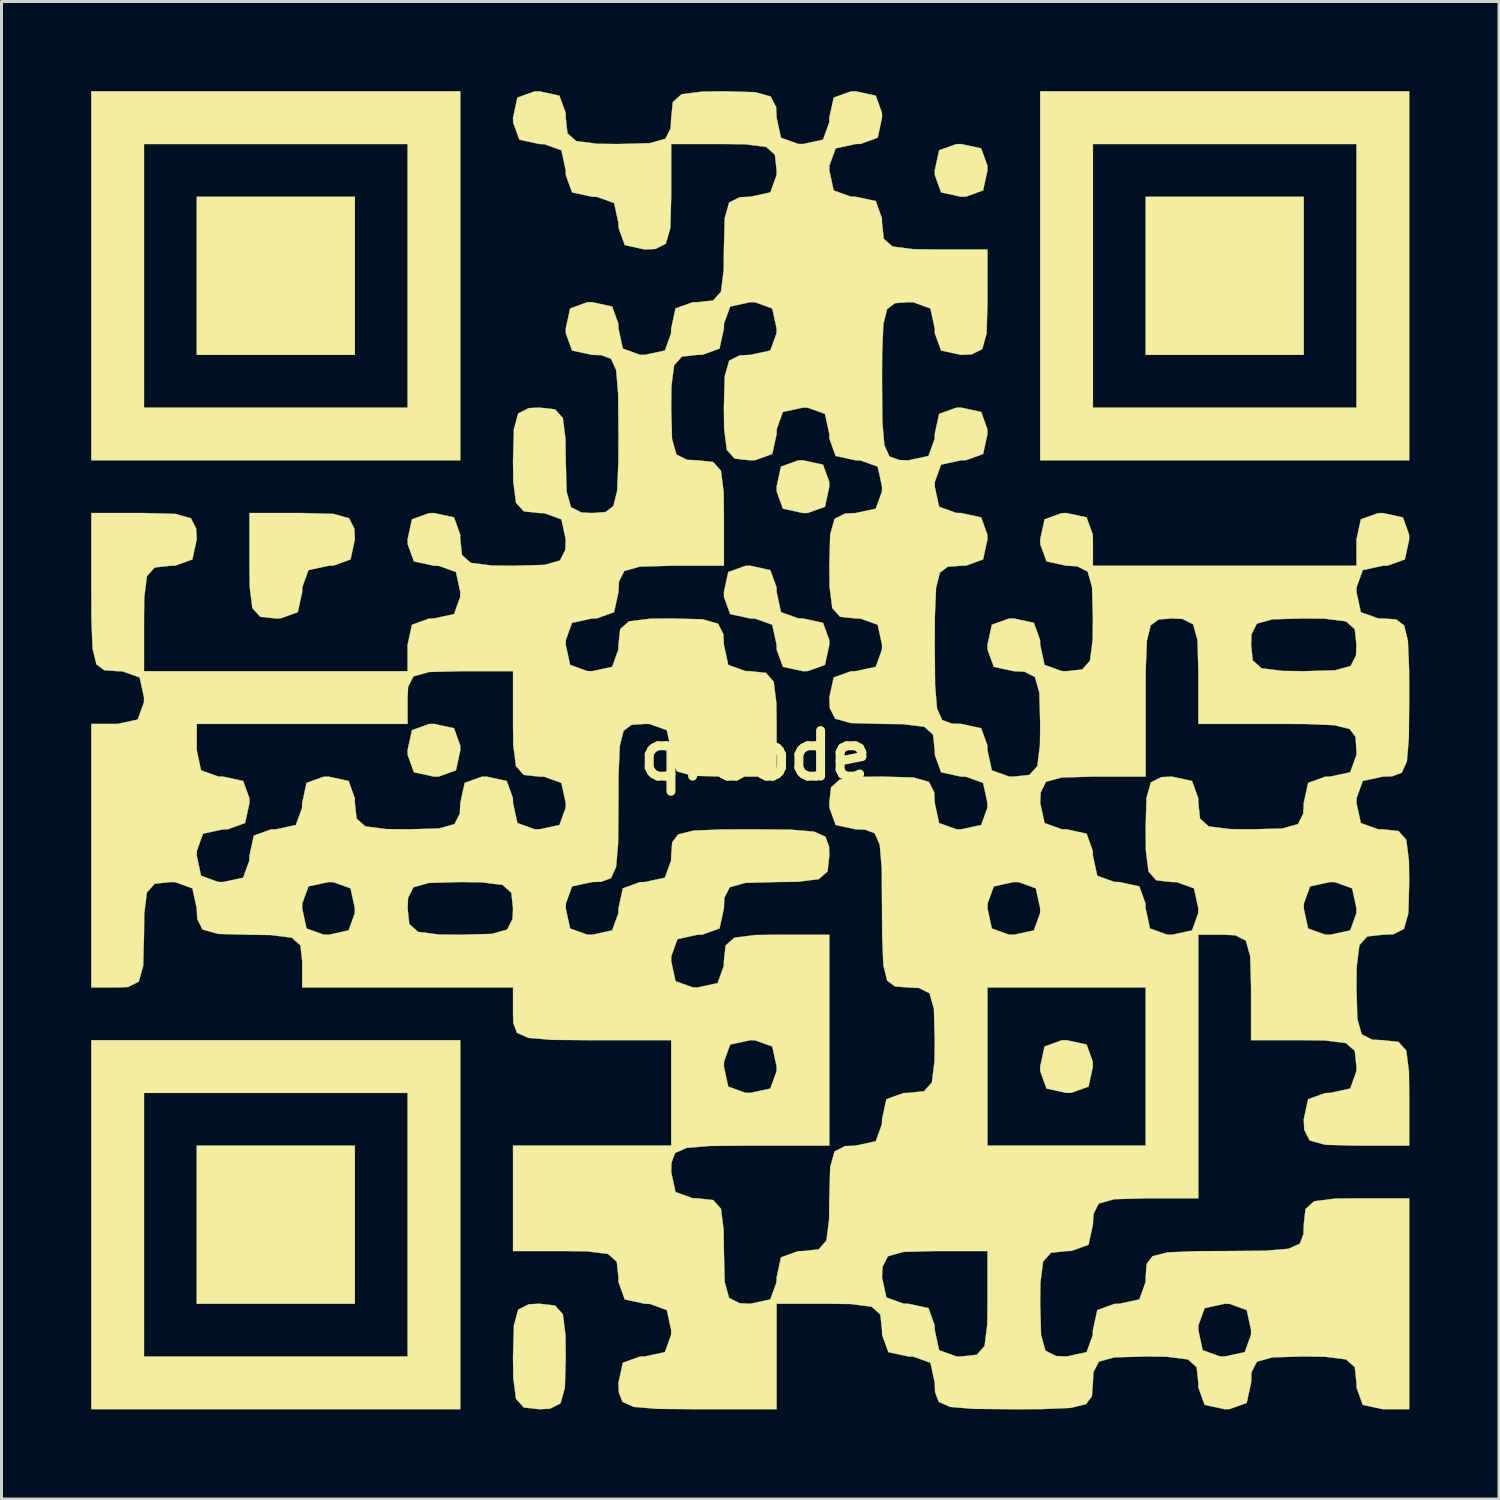
<source format=kicad_pcb>
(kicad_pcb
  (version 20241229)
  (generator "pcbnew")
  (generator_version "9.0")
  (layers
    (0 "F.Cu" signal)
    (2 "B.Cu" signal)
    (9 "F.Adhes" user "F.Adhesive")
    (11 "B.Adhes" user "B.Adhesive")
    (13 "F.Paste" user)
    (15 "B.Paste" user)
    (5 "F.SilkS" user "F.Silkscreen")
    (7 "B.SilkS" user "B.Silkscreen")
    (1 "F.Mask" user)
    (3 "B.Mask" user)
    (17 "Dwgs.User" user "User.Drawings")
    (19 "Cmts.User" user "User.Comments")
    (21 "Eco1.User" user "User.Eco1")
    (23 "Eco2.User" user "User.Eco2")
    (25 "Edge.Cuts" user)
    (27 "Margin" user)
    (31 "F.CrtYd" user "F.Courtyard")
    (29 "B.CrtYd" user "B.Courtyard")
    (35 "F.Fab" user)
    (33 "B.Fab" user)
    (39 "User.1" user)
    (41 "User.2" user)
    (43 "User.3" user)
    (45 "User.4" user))
  (footprint "qrcode"
    (layer "F.Cu")
    (at 22.23 22.23)
    (property "Reference" "qrcode" (at 0 0 0) (layer "F.SilkS") (effects (font (size 1.524 1.524) (thickness 0.3))))
    (attr through_hole)
    (fp_poly (pts (xy -13.406 -13.406) (xy -18.697 -13.406) (xy -18.697 -18.697) (xy -13.406 -18.697) (xy -13.406 -13.406)) (stroke (width 0.01) (type solid)) (fill yes) (layer "F.SilkS"))
    (fp_poly (pts (xy -13.406 18.344) (xy -18.697 18.344) (xy -18.697 13.053) (xy -13.406 13.053) (xy -13.406 18.344)) (stroke (width 0.01) (type solid)) (fill yes) (layer "F.SilkS"))
    (fp_poly (pts (xy 18.344 -13.406) (xy 13.053 -13.406) (xy 13.053 -18.697) (xy 18.344 -18.697) (xy 18.344 -13.406)) (stroke (width 0.01) (type solid)) (fill yes) (layer "F.SilkS"))
    (fp_poly (pts (xy -9.878 -9.878) (xy -22.225 -9.878) (xy -22.225 -20.461) (xy -20.461 -20.461) (xy -20.461 -11.642) (xy -11.642 -11.642) (xy -11.642 -20.461) (xy -20.461 -20.461) (xy -22.225 -20.461) (xy -22.225 -22.225) (xy -9.878 -22.225) (xy -9.878 -9.878)) (stroke (width 0.01) (type solid)) (fill yes) (layer "F.SilkS"))
    (fp_poly (pts (xy -9.878 21.872) (xy -22.225 21.872) (xy -22.225 11.289) (xy -20.461 11.289) (xy -20.461 20.108) (xy -11.642 20.108) (xy -11.642 11.289) (xy -20.461 11.289) (xy -22.225 11.289) (xy -22.225 9.525) (xy -9.878 9.525) (xy -9.878 21.872)) (stroke (width 0.01) (type solid)) (fill yes) (layer "F.SilkS"))
    (fp_poly (pts (xy 21.872 -9.878) (xy 9.525 -9.878) (xy 9.525 -20.461) (xy 11.289 -20.461) (xy 11.289 -11.642) (xy 20.108 -11.642) (xy 20.108 -20.461) (xy 11.289 -20.461) (xy 9.525 -20.461) (xy 9.525 -22.225) (xy 21.872 -22.225) (xy 21.872 -9.878)) (stroke (width 0.01) (type solid)) (fill yes) (layer "F.SilkS"))
    (fp_poly (pts (xy -10.088 -0.913) (xy -9.882 -0.339) (xy -9.878 -0.176) (xy -10.023 0.495) (xy -10.597 0.702) (xy -10.76 0.706) (xy -11.431 0.56) (xy -11.638 -0.014) (xy -11.642 -0.176) (xy -11.496 -0.848) (xy -10.922 -1.055) (xy -10.76 -1.058) (xy -10.088 -0.913)) (stroke (width 0.01) (type solid)) (fill yes) (layer "F.SilkS"))
    (fp_poly (pts (xy 2.259 -9.732) (xy 2.466 -9.158) (xy 2.469 -8.996) (xy 2.324 -8.324) (xy 1.75 -8.118) (xy 1.587 -8.114) (xy 0.916 -8.26) (xy 0.709 -8.833) (xy 0.706 -8.996) (xy 0.851 -9.667) (xy 1.425 -9.874) (xy 1.587 -9.878) (xy 2.259 -9.732)) (stroke (width 0.01) (type solid)) (fill yes) (layer "F.SilkS"))
    (fp_poly (pts (xy 7.551 -20.315) (xy 7.757 -19.742) (xy 7.761 -19.579) (xy 7.615 -18.908) (xy 7.042 -18.701) (xy 6.879 -18.697) (xy 6.208 -18.843) (xy 6.001 -19.417) (xy 5.997 -19.579) (xy 6.143 -20.251) (xy 6.717 -20.457) (xy 6.879 -20.461) (xy 7.551 -20.315)) (stroke (width 0.01) (type solid)) (fill yes) (layer "F.SilkS"))
    (fp_poly (pts (xy 11.078 9.671) (xy 11.285 10.244) (xy 11.289 10.407) (xy 11.143 11.078) (xy 10.569 11.285) (xy 10.407 11.289) (xy 9.736 11.143) (xy 9.529 10.569) (xy 9.525 10.407) (xy 9.671 9.736) (xy 10.244 9.529) (xy 10.407 9.525) (xy 11.078 9.671)) (stroke (width 0.01) (type solid)) (fill yes) (layer "F.SilkS"))
    (fp_poly (pts (xy -6.709 18.402) (xy -6.447 18.693) (xy -6.358 19.4) (xy -6.35 20.108) (xy -6.379 21.155) (xy -6.525 21.677) (xy -6.878 21.856) (xy -7.232 21.872) (xy -7.755 21.815) (xy -8.016 21.523) (xy -8.106 20.816) (xy -8.114 20.108) (xy -8.085 19.061) (xy -7.939 18.539) (xy -7.586 18.361) (xy -7.232 18.344) (xy -6.709 18.402)) (stroke (width 0.01) (type solid)) (fill yes) (layer "F.SilkS"))
    (fp_poly (pts (xy -14.123 -8.085) (xy -13.6 -7.939) (xy -13.422 -7.586) (xy -13.406 -7.232) (xy -13.551 -6.561) (xy -14.125 -6.354) (xy -14.287 -6.35) (xy -14.959 -6.204) (xy -15.166 -5.631) (xy -15.169 -5.468) (xy -15.315 -4.797) (xy -15.889 -4.59) (xy -16.051 -4.586) (xy -16.575 -4.643) (xy -16.836 -4.935) (xy -16.925 -5.642) (xy -16.933 -6.35) (xy -16.933 -8.114) (xy -15.169 -8.114) (xy -14.123 -8.085)) (stroke (width 0.01) (type solid)) (fill yes) (layer "F.SilkS"))
    (fp_poly (pts (xy 0.495 -6.204) (xy 0.702 -5.631) (xy 0.706 -5.468) (xy 0.851 -4.797) (xy 1.425 -4.59) (xy 1.587 -4.586) (xy 2.259 -4.44) (xy 2.466 -3.867) (xy 2.469 -3.704) (xy 2.324 -3.033) (xy 1.75 -2.826) (xy 1.587 -2.822) (xy 0.916 -2.968) (xy 0.709 -3.542) (xy 0.706 -3.704) (xy 0.56 -4.376) (xy -0.014 -4.582) (xy -0.176 -4.586) (xy -0.848 -4.732) (xy -1.055 -5.306) (xy -1.058 -5.468) (xy -0.913 -6.139) (xy -0.339 -6.346) (xy -0.176 -6.35) (xy 0.495 -6.204)) (stroke (width 0.01) (type solid)) (fill yes) (layer "F.SilkS"))
    (fp_poly (pts (xy 4.023 -22.079) (xy 4.23 -21.506) (xy 4.233 -21.343) (xy 4.088 -20.672) (xy 3.514 -20.465) (xy 3.351 -20.461) (xy 2.68 -20.315) (xy 2.473 -19.742) (xy 2.469 -19.579) (xy 2.615 -18.908) (xy 3.189 -18.701) (xy 3.351 -18.697) (xy 4.023 -18.552) (xy 4.23 -17.978) (xy 4.233 -17.815) (xy 4.291 -17.292) (xy 4.582 -17.031) (xy 5.289 -16.942) (xy 5.997 -16.933) (xy 7.761 -16.933) (xy 7.761 -15.169) (xy 7.733 -14.123) (xy 7.587 -13.6) (xy 7.233 -13.422) (xy 6.879 -13.406) (xy 6.208 -13.551) (xy 6.001 -14.125) (xy 5.997 -14.287) (xy 5.852 -14.959) (xy 5.278 -15.166) (xy 5.115 -15.169) (xy 4.667 -15.136) (xy 4.404 -14.938) (xy 4.277 -14.427) (xy 4.237 -13.453) (xy 4.233 -12.524) (xy 4.244 -11.178) (xy 4.31 -10.389) (xy 4.481 -10.008) (xy 4.806 -9.888) (xy 5.115 -9.878) (xy 5.787 -10.023) (xy 5.993 -10.597) (xy 5.997 -10.76) (xy 6.143 -11.431) (xy 6.717 -11.638) (xy 6.879 -11.642) (xy 7.551 -11.496) (xy 7.757 -10.922) (xy 7.761 -10.76) (xy 7.615 -10.088) (xy 7.042 -9.882) (xy 6.879 -9.878) (xy 6.208 -9.732) (xy 6.001 -9.158) (xy 5.997 -8.996) (xy 6.143 -8.324) (xy 6.717 -8.118) (xy 6.879 -8.114) (xy 7.551 -7.968) (xy 7.757 -7.394) (xy 7.761 -7.232) (xy 7.615 -6.561) (xy 7.042 -6.354) (xy 6.879 -6.35) (xy 6.431 -6.317) (xy 6.168 -6.119) (xy 6.041 -5.607) (xy 6 -4.633) (xy 5.997 -3.704) (xy 6.008 -2.358) (xy 6.074 -1.57) (xy 6.245 -1.189) (xy 6.569 -1.068) (xy 6.879 -1.058) (xy 7.551 -0.913) (xy 7.757 -0.339) (xy 7.761 -0.176) (xy 7.907 0.495) (xy 8.481 0.702) (xy 8.643 0.706) (xy 9.166 0.648) (xy 9.428 0.357) (xy 9.517 -0.35) (xy 9.525 -1.058) (xy 9.496 -2.105) (xy 9.35 -2.627) (xy 8.997 -2.806) (xy 8.643 -2.822) (xy 7.972 -2.968) (xy 7.765 -3.542) (xy 7.761 -3.704) (xy 7.907 -4.376) (xy 8.481 -4.582) (xy 8.643 -4.586) (xy 9.314 -4.44) (xy 9.521 -3.867) (xy 9.525 -3.704) (xy 9.671 -3.033) (xy 10.244 -2.826) (xy 10.407 -2.822) (xy 10.93 -2.879) (xy 11.191 -3.171) (xy 11.281 -3.878) (xy 11.289 -4.586) (xy 11.26 -5.633) (xy 11.114 -6.155) (xy 10.761 -6.333) (xy 10.407 -6.35) (xy 9.736 -6.496) (xy 9.529 -7.069) (xy 9.525 -7.232) (xy 9.671 -7.903) (xy 10.244 -8.11) (xy 10.407 -8.114) (xy 11.078 -7.968) (xy 11.285 -7.394) (xy 11.289 -7.232) (xy 11.289 -6.35) (xy 20.108 -6.35) (xy 20.108 -7.232) (xy 20.254 -7.903) (xy 20.828 -8.11) (xy 20.99 -8.114) (xy 21.662 -7.968) (xy 21.868 -7.394) (xy 21.872 -7.232) (xy 21.727 -6.561) (xy 21.153 -6.354) (xy 20.99 -6.35) (xy 20.319 -6.204) (xy 20.112 -5.631) (xy 20.108 -5.468) (xy 20.254 -4.797) (xy 20.828 -4.59) (xy 20.99 -4.586) (xy 21.439 -4.553) (xy 21.702 -4.355) (xy 21.829 -3.843) (xy 21.869 -2.87) (xy 21.872 -1.94) (xy 21.861 -0.594) (xy 21.795 0.194) (xy 21.625 0.575) (xy 21.3 0.696) (xy 20.99 0.706) (xy 20.319 0.851) (xy 20.112 1.425) (xy 20.108 1.587) (xy 20.254 2.259) (xy 20.828 2.466) (xy 20.99 2.469) (xy 21.514 2.527) (xy 21.775 2.818) (xy 21.864 3.525) (xy 21.872 4.233) (xy 21.844 5.28) (xy 21.698 5.802) (xy 21.344 5.981) (xy 20.99 5.997) (xy 20.467 6.054) (xy 20.206 6.346) (xy 20.117 7.053) (xy 20.108 7.761) (xy 20.137 8.808) (xy 20.283 9.33) (xy 20.636 9.508) (xy 20.99 9.525) (xy 21.514 9.582) (xy 21.775 9.874) (xy 21.864 10.581) (xy 21.872 11.289) (xy 21.872 13.053) (xy 20.108 13.053) (xy 19.061 13.024) (xy 18.539 12.878) (xy 18.361 12.525) (xy 18.344 12.171) (xy 18.49 11.499) (xy 19.064 11.293) (xy 19.226 11.289) (xy 19.898 11.143) (xy 20.105 10.569) (xy 20.108 10.407) (xy 20.051 9.884) (xy 19.759 9.622) (xy 19.052 9.533) (xy 18.344 9.525) (xy 16.581 9.525) (xy 16.581 7.761) (xy 16.552 6.714) (xy 16.406 6.192) (xy 16.053 6.014) (xy 15.699 5.997) (xy 14.817 5.997) (xy 14.817 14.817) (xy 13.053 14.817) (xy 12.006 14.845) (xy 11.484 14.991) (xy 11.306 15.345) (xy 11.289 15.699) (xy 11.143 16.37) (xy 10.569 16.577) (xy 10.407 16.581) (xy 9.884 16.638) (xy 9.622 16.93) (xy 9.533 17.637) (xy 9.525 18.344) (xy 9.554 19.391) (xy 9.7 19.914) (xy 10.053 20.092) (xy 10.407 20.108) (xy 11.078 19.963) (xy 11.285 19.389) (xy 11.289 19.226) (xy 14.817 19.226) (xy 14.962 19.898) (xy 15.536 20.105) (xy 15.699 20.108) (xy 16.37 19.963) (xy 16.577 19.389) (xy 16.581 19.226) (xy 16.435 18.555) (xy 15.861 18.348) (xy 15.699 18.344) (xy 15.027 18.49) (xy 14.82 19.064) (xy 14.817 19.226) (xy 11.289 19.226) (xy 11.435 18.555) (xy 12.008 18.348) (xy 12.171 18.344) (xy 12.842 18.199) (xy 13.049 17.625) (xy 13.053 17.462) (xy 13.086 17.014) (xy 13.284 16.751) (xy 13.795 16.624) (xy 14.769 16.584) (xy 15.699 16.581) (xy 17.044 16.57) (xy 17.833 16.504) (xy 18.214 16.333) (xy 18.335 16.008) (xy 18.344 15.699) (xy 18.402 15.175) (xy 18.693 14.914) (xy 19.4 14.825) (xy 20.108 14.817) (xy 21.872 14.817) (xy 21.872 21.872) (xy 20.99 21.872) (xy 20.319 21.727) (xy 20.112 21.153) (xy 20.108 20.99) (xy 20.051 20.467) (xy 19.759 20.206) (xy 19.052 20.117) (xy 18.344 20.108) (xy 17.298 20.137) (xy 16.775 20.283) (xy 16.597 20.636) (xy 16.581 20.99) (xy 16.435 21.662) (xy 15.861 21.868) (xy 15.699 21.872) (xy 15.027 21.727) (xy 14.82 21.153) (xy 14.817 20.99) (xy 14.759 20.467) (xy 14.468 20.206) (xy 13.761 20.117) (xy 13.053 20.108) (xy 12.006 20.137) (xy 11.484 20.283) (xy 11.306 20.636) (xy 11.289 20.99) (xy 11.256 21.439) (xy 11.058 21.702) (xy 10.546 21.829) (xy 9.572 21.869) (xy 8.643 21.872) (xy 7.297 21.861) (xy 6.508 21.795) (xy 6.128 21.625) (xy 6.007 21.3) (xy 5.997 20.99) (xy 5.852 20.319) (xy 5.278 20.112) (xy 5.115 20.108) (xy 4.444 19.963) (xy 4.237 19.389) (xy 4.233 19.226) (xy 4.176 18.703) (xy 3.884 18.442) (xy 3.177 18.353) (xy 2.469 18.344) (xy 0.706 18.344) (xy 0.706 21.872) (xy -1.94 21.872) (xy -3.286 21.861) (xy -4.075 21.795) (xy -4.455 21.625) (xy -4.576 21.3) (xy -4.586 20.99) (xy -4.44 20.319) (xy -3.867 20.112) (xy -3.704 20.108) (xy -3.033 19.963) (xy -2.826 19.389) (xy -2.822 19.226) (xy -2.968 18.555) (xy -3.542 18.348) (xy -3.704 18.344) (xy -4.376 18.199) (xy -4.582 17.625) (xy -4.586 17.462) (xy -4.643 16.939) (xy -4.935 16.678) (xy -5.642 16.589) (xy -6.35 16.581) (xy -8.114 16.581) (xy -8.114 13.053) (xy -2.822 13.053) (xy -2.822 10.407) (xy -1.058 10.407) (xy -0.913 11.078) (xy -0.339 11.285) (xy -0.176 11.289) (xy 0.495 11.143) (xy 0.702 10.569) (xy 0.706 10.407) (xy 0.56 9.736) (xy -0.014 9.529) (xy -0.176 9.525) (xy -0.848 9.671) (xy -1.055 10.244) (xy -1.058 10.407) (xy -2.822 10.407) (xy -2.822 9.525) (xy -5.468 9.525) (xy -6.814 9.514) (xy -7.603 9.448) (xy -7.983 9.277) (xy -8.104 8.953) (xy -8.114 8.643) (xy -8.114 7.761) (xy -15.169 7.761) (xy -15.169 6.879) (xy -15.227 6.356) (xy -15.518 6.095) (xy -16.225 6.006) (xy -16.933 5.997) (xy -17.98 5.969) (xy -18.502 5.823) (xy -18.681 5.469) (xy -18.697 5.115) (xy -15.169 5.115) (xy -15.024 5.787) (xy -14.45 5.993) (xy -14.287 5.997) (xy -13.616 5.852) (xy -13.409 5.278) (xy -13.406 5.115) (xy -11.642 5.115) (xy -11.584 5.639) (xy -11.293 5.9) (xy -10.586 5.989) (xy -9.878 5.997) (xy -8.831 5.969) (xy -8.309 5.823) (xy -8.131 5.469) (xy -8.114 5.115) (xy -8.171 4.592) (xy -8.463 4.331) (xy -9.17 4.242) (xy -9.878 4.233) (xy -10.925 4.262) (xy -11.447 4.408) (xy -11.625 4.761) (xy -11.642 5.115) (xy -13.406 5.115) (xy -13.551 4.444) (xy -14.125 4.237) (xy -14.287 4.233) (xy -14.959 4.379) (xy -15.166 4.953) (xy -15.169 5.115) (xy -18.697 5.115) (xy -18.843 4.444) (xy -19.417 4.237) (xy -19.579 4.233) (xy -20.103 4.291) (xy -20.364 4.582) (xy -20.453 5.289) (xy -20.461 5.997) (xy -20.49 7.044) (xy -20.636 7.566) (xy -20.989 7.744) (xy -21.343 7.761) (xy -22.225 7.761) (xy -22.225 -1.058) (xy -21.343 -1.058) (xy -18.697 -1.058) (xy -18.697 -0.176) (xy -18.552 0.495) (xy -17.978 0.702) (xy -17.815 0.706) (xy -17.144 0.851) (xy -16.937 1.425) (xy -16.933 1.587) (xy -17.079 2.259) (xy -17.653 2.466) (xy -17.815 2.469) (xy -18.487 2.615) (xy -18.693 3.189) (xy -18.697 3.351) (xy -18.552 4.023) (xy -17.978 4.23) (xy -17.815 4.233) (xy -17.144 4.088) (xy -16.937 3.514) (xy -16.933 3.351) (xy -16.788 2.68) (xy -16.214 2.473) (xy -16.051 2.469) (xy -15.38 2.324) (xy -15.173 1.75) (xy -15.169 1.587) (xy -15.024 0.916) (xy -14.45 0.709) (xy -14.287 0.706) (xy -13.616 0.851) (xy -13.409 1.425) (xy -13.406 1.587) (xy -13.348 2.111) (xy -13.057 2.372) (xy -12.35 2.461) (xy -11.642 2.469) (xy -10.595 2.441) (xy -10.073 2.295) (xy -9.894 1.941) (xy -9.878 1.587) (xy -9.732 0.916) (xy -9.158 0.709) (xy -8.996 0.706) (xy -8.324 0.851) (xy -8.118 1.425) (xy -8.114 1.587) (xy -7.968 2.259) (xy -7.394 2.466) (xy -7.232 2.469) (xy -6.561 2.324) (xy -6.354 1.75) (xy -6.35 1.587) (xy -6.496 0.916) (xy -7.069 0.709) (xy -7.232 0.706) (xy -7.755 0.648) (xy -8.016 0.357) (xy -8.106 -0.35) (xy -8.114 -1.058) (xy -8.114 -2.822) (xy -9.878 -2.822) (xy -10.925 -2.794) (xy -11.447 -2.648) (xy -11.625 -2.294) (xy -11.642 -1.94) (xy -11.642 -1.058) (xy -18.697 -1.058) (xy -21.343 -1.058) (xy -20.672 -1.204) (xy -20.465 -1.778) (xy -20.461 -1.94) (xy -20.607 -2.612) (xy -21.181 -2.818) (xy -21.343 -2.822) (xy -21.792 -2.855) (xy -22.055 -3.053) (xy -22.181 -3.565) (xy -22.222 -4.539) (xy -22.225 -5.468) (xy -22.225 -8.114) (xy -20.461 -8.114) (xy -19.414 -8.085) (xy -18.892 -7.939) (xy -18.714 -7.586) (xy -18.697 -7.232) (xy -18.843 -6.561) (xy -19.417 -6.354) (xy -19.579 -6.35) (xy -20.103 -6.293) (xy -20.364 -6.001) (xy -20.453 -5.294) (xy -20.461 -4.586) (xy -20.461 -2.822) (xy -11.642 -2.822) (xy -11.642 -3.704) (xy -6.35 -3.704) (xy -6.204 -3.033) (xy -5.631 -2.826) (xy -5.468 -2.822) (xy -4.797 -2.968) (xy -4.59 -3.542) (xy -4.586 -3.704) (xy -4.529 -4.228) (xy -4.237 -4.489) (xy -3.53 -4.578) (xy -2.822 -4.586) (xy -1.775 -4.558) (xy -1.253 -4.412) (xy -1.075 -4.058) (xy -1.058 -3.704) (xy -0.913 -3.033) (xy -0.339 -2.826) (xy -0.176 -2.822) (xy 0.347 -2.765) (xy 0.608 -2.473) (xy 0.697 -1.766) (xy 0.706 -1.058) (xy 0.706 0.706) (xy -1.058 0.706) (xy -2.105 0.677) (xy -2.627 0.531) (xy -2.806 0.178) (xy -2.822 -0.176) (xy -2.968 -0.848) (xy -3.542 -1.055) (xy -3.704 -1.058) (xy -4.153 -1.025) (xy -4.416 -0.827) (xy -4.543 -0.316) (xy -4.583 0.658) (xy -4.586 1.587) (xy -4.597 2.933) (xy -4.663 3.722) (xy -4.834 4.103) (xy -5.158 4.224) (xy -5.468 4.233) (xy -6.139 4.379) (xy -6.346 4.953) (xy -6.35 5.115) (xy -6.204 5.787) (xy -5.631 5.993) (xy -5.468 5.997) (xy -4.797 5.852) (xy -4.59 5.278) (xy -4.586 5.115) (xy -4.44 4.444) (xy -3.867 4.237) (xy -3.704 4.233) (xy -3.033 4.088) (xy -2.826 3.514) (xy -2.822 3.351) (xy -2.789 2.903) (xy -2.591 2.64) (xy -2.08 2.513) (xy -1.106 2.473) (xy -0.176 2.469) (xy 1.169 2.48) (xy 1.958 2.546) (xy 2.339 2.717) (xy 2.46 3.042) (xy 2.469 3.351) (xy 2.412 3.875) (xy 2.12 4.136) (xy 1.413 4.225) (xy 0.706 4.233) (xy -0.341 4.262) (xy -0.864 4.408) (xy -1.042 4.761) (xy -1.058 5.115) (xy -1.204 5.787) (xy -1.778 5.993) (xy -1.94 5.997) (xy -2.612 6.143) (xy -2.818 6.717) (xy -2.822 6.879) (xy -2.677 7.551) (xy -2.103 7.757) (xy -1.94 7.761) (xy -1.269 7.615) (xy -1.062 7.042) (xy -1.058 6.879) (xy -1.001 6.356) (xy -0.709 6.095) (xy -0.002 6.006) (xy 0.706 5.997) (xy 2.469 5.997) (xy 2.469 13.053) (xy -0.176 13.053) (xy -1.522 13.064) (xy -2.311 13.13) (xy -2.692 13.3) (xy -2.812 13.625) (xy -2.822 13.935) (xy -2.677 14.606) (xy -2.103 14.813) (xy -1.94 14.817) (xy -1.417 14.874) (xy -1.156 15.166) (xy -1.067 15.873) (xy -1.058 16.581) (xy -1.03 17.627) (xy -0.884 18.15) (xy -0.53 18.328) (xy -0.176 18.344) (xy 0.495 18.199) (xy 0.702 17.625) (xy 0.706 17.462) (xy 4.233 17.462) (xy 4.379 18.134) (xy 4.953 18.341) (xy 5.115 18.344) (xy 5.787 18.49) (xy 5.993 19.064) (xy 5.997 19.226) (xy 6.143 19.898) (xy 6.717 20.105) (xy 6.879 20.108) (xy 7.403 20.051) (xy 7.664 19.759) (xy 7.753 19.052) (xy 7.761 18.344) (xy 7.761 16.581) (xy 5.997 16.581) (xy 4.95 16.609) (xy 4.428 16.755) (xy 4.25 17.109) (xy 4.233 17.462) (xy 0.706 17.462) (xy 0.851 16.791) (xy 1.425 16.584) (xy 1.587 16.581) (xy 2.111 16.523) (xy 2.372 16.232) (xy 2.461 15.525) (xy 2.469 14.817) (xy 2.498 13.77) (xy 2.644 13.248) (xy 2.997 13.069) (xy 3.351 13.053) (xy 4.023 12.907) (xy 4.23 12.333) (xy 4.233 12.171) (xy 4.379 11.499) (xy 4.953 11.293) (xy 5.115 11.289) (xy 5.639 11.232) (xy 5.9 10.94) (xy 5.989 10.233) (xy 5.997 9.525) (xy 5.969 8.478) (xy 5.823 7.956) (xy 5.469 7.778) (xy 5.115 7.761) (xy 7.761 7.761) (xy 7.761 13.053) (xy 13.053 13.053) (xy 13.053 7.761) (xy 7.761 7.761) (xy 5.115 7.761) (xy 4.667 7.728) (xy 4.404 7.53) (xy 4.277 7.018) (xy 4.237 6.045) (xy 4.233 5.115) (xy 7.761 5.115) (xy 7.907 5.787) (xy 8.481 5.993) (xy 8.643 5.997) (xy 9.314 5.852) (xy 9.521 5.278) (xy 9.525 5.115) (xy 9.379 4.444) (xy 8.806 4.237) (xy 8.643 4.233) (xy 7.972 4.379) (xy 7.765 4.953) (xy 7.761 5.115) (xy 4.233 5.115) (xy 4.222 3.769) (xy 4.156 2.981) (xy 3.986 2.6) (xy 3.661 2.479) (xy 3.351 2.469) (xy 2.68 2.324) (xy 2.473 1.75) (xy 2.469 1.587) (xy 2.527 1.064) (xy 2.818 0.803) (xy 3.525 0.714) (xy 4.233 0.706) (xy 5.28 0.734) (xy 5.802 0.88) (xy 5.981 1.234) (xy 5.997 1.587) (xy 6.143 2.259) (xy 6.717 2.466) (xy 6.879 2.469) (xy 7.551 2.324) (xy 7.757 1.75) (xy 7.761 1.587) (xy 9.525 1.587) (xy 9.671 2.259) (xy 10.244 2.466) (xy 10.407 2.469) (xy 11.078 2.615) (xy 11.285 3.189) (xy 11.289 3.351) (xy 11.435 4.023) (xy 12.008 4.23) (xy 12.171 4.233) (xy 12.842 4.379) (xy 13.049 4.953) (xy 13.053 5.115) (xy 13.198 5.787) (xy 13.772 5.993) (xy 13.935 5.997) (xy 14.606 5.852) (xy 14.813 5.278) (xy 14.817 5.115) (xy 18.344 5.115) (xy 18.49 5.787) (xy 19.064 5.993) (xy 19.226 5.997) (xy 19.898 5.852) (xy 20.105 5.278) (xy 20.108 5.115) (xy 19.963 4.444) (xy 19.389 4.237) (xy 19.226 4.233) (xy 18.555 4.379) (xy 18.348 4.953) (xy 18.344 5.115) (xy 14.817 5.115) (xy 14.671 4.444) (xy 14.097 4.237) (xy 13.935 4.233) (xy 13.411 4.176) (xy 13.15 3.884) (xy 13.061 3.177) (xy 13.053 2.469) (xy 13.081 1.423) (xy 13.227 0.9) (xy 13.581 0.722) (xy 13.935 0.706) (xy 14.606 0.851) (xy 14.813 1.425) (xy 14.817 1.587) (xy 14.874 2.111) (xy 15.166 2.372) (xy 15.873 2.461) (xy 16.581 2.469) (xy 17.627 2.441) (xy 18.15 2.295) (xy 18.328 1.941) (xy 18.344 1.587) (xy 18.49 0.916) (xy 19.064 0.709) (xy 19.226 0.706) (xy 19.898 0.56) (xy 20.105 -0.014) (xy 20.108 -0.176) (xy 20.075 -0.625) (xy 19.877 -0.888) (xy 19.366 -1.015) (xy 18.392 -1.055) (xy 17.462 -1.058) (xy 14.817 -1.058) (xy 14.817 -2.822) (xy 14.793 -3.704) (xy 16.581 -3.704) (xy 16.638 -3.181) (xy 16.93 -2.92) (xy 17.637 -2.831) (xy 18.344 -2.822) (xy 19.391 -2.851) (xy 19.914 -2.997) (xy 20.092 -3.35) (xy 20.108 -3.704) (xy 20.051 -4.228) (xy 19.759 -4.489) (xy 19.052 -4.578) (xy 18.344 -4.586) (xy 17.298 -4.558) (xy 16.775 -4.412) (xy 16.597 -4.058) (xy 16.581 -3.704) (xy 14.793 -3.704) (xy 14.788 -3.869) (xy 14.642 -4.391) (xy 14.289 -4.569) (xy 13.935 -4.586) (xy 13.486 -4.553) (xy 13.223 -4.355) (xy 13.096 -3.843) (xy 13.056 -2.87) (xy 13.053 -1.94) (xy 13.053 0.706) (xy 11.289 0.706) (xy 10.242 0.734) (xy 9.72 0.88) (xy 9.542 1.234) (xy 9.525 1.587) (xy 7.761 1.587) (xy 7.615 0.916) (xy 7.042 0.709) (xy 6.879 0.706) (xy 6.208 0.56) (xy 6.001 -0.014) (xy 5.997 -0.176) (xy 5.94 -0.7) (xy 5.648 -0.961) (xy 4.941 -1.05) (xy 4.233 -1.058) (xy 3.186 -1.087) (xy 2.664 -1.233) (xy 2.486 -1.586) (xy 2.469 -1.94) (xy 2.615 -2.612) (xy 3.189 -2.818) (xy 3.351 -2.822) (xy 4.023 -2.968) (xy 4.23 -3.542) (xy 4.233 -3.704) (xy 4.088 -4.376) (xy 3.514 -4.582) (xy 3.351 -4.586) (xy 2.828 -4.643) (xy 2.567 -4.935) (xy 2.478 -5.642) (xy 2.469 -6.35) (xy 2.498 -7.397) (xy 2.644 -7.919) (xy 2.997 -8.097) (xy 3.351 -8.114) (xy 4.023 -8.26) (xy 4.23 -8.833) (xy 4.233 -8.996) (xy 4.088 -9.667) (xy 3.514 -9.874) (xy 3.351 -9.878) (xy 2.68 -10.023) (xy 2.473 -10.597) (xy 2.469 -10.76) (xy 2.324 -11.431) (xy 1.75 -11.638) (xy 1.587 -11.642) (xy 0.916 -11.496) (xy 0.709 -10.922) (xy 0.706 -10.76) (xy 0.56 -10.088) (xy -0.014 -9.882) (xy -0.176 -9.878) (xy -0.7 -9.935) (xy -0.961 -10.227) (xy -1.05 -10.934) (xy -1.058 -11.642) (xy -1.03 -12.689) (xy -0.884 -13.211) (xy -0.53 -13.389) (xy -0.176 -13.406) (xy 0.495 -13.551) (xy 0.702 -14.125) (xy 0.706 -14.287) (xy 0.56 -14.959) (xy -0.014 -15.166) (xy -0.176 -15.169) (xy -0.848 -15.024) (xy -1.055 -14.45) (xy -1.058 -14.287) (xy -1.204 -13.616) (xy -1.778 -13.409) (xy -1.94 -13.406) (xy -2.464 -13.348) (xy -2.725 -13.057) (xy -2.814 -12.35) (xy -2.822 -11.642) (xy -2.794 -10.595) (xy -2.648 -10.073) (xy -2.294 -9.894) (xy -1.94 -9.878) (xy -1.417 -9.821) (xy -1.156 -9.529) (xy -1.067 -8.822) (xy -1.058 -8.114) (xy -1.058 -6.35) (xy -2.822 -6.35) (xy -3.869 -6.321) (xy -4.391 -6.175) (xy -4.569 -5.822) (xy -4.586 -5.468) (xy -4.732 -4.797) (xy -5.306 -4.59) (xy -5.468 -4.586) (xy -6.139 -4.44) (xy -6.346 -3.867) (xy -6.35 -3.704) (xy -11.642 -3.704) (xy -11.496 -4.376) (xy -10.922 -4.582) (xy -10.76 -4.586) (xy -10.088 -4.732) (xy -9.882 -5.306) (xy -9.878 -5.468) (xy -10.023 -6.139) (xy -10.597 -6.346) (xy -10.76 -6.35) (xy -11.431 -6.496) (xy -11.638 -7.069) (xy -11.642 -7.232) (xy -11.496 -7.903) (xy -10.922 -8.11) (xy -10.76 -8.114) (xy -10.088 -7.968) (xy -9.882 -7.394) (xy -9.878 -7.232) (xy -9.821 -6.709) (xy -9.529 -6.447) (xy -8.822 -6.358) (xy -8.114 -6.35) (xy -7.067 -6.379) (xy -6.545 -6.525) (xy -6.367 -6.878) (xy -6.35 -7.232) (xy -6.496 -7.903) (xy -7.069 -8.11) (xy -7.232 -8.114) (xy -7.755 -8.171) (xy -8.016 -8.463) (xy -8.106 -9.17) (xy -8.114 -9.878) (xy -8.085 -10.925) (xy -7.939 -11.447) (xy -7.586 -11.625) (xy -7.232 -11.642) (xy -6.709 -11.584) (xy -6.447 -11.293) (xy -6.358 -10.586) (xy -6.35 -9.878) (xy -6.321 -8.831) (xy -6.175 -8.309) (xy -5.822 -8.131) (xy -5.468 -8.114) (xy -5.019 -8.147) (xy -4.757 -8.345) (xy -4.63 -8.857) (xy -4.589 -9.83) (xy -4.586 -10.76) (xy -4.597 -12.106) (xy -4.663 -12.894) (xy -4.834 -13.275) (xy -5.158 -13.396) (xy -5.468 -13.406) (xy -6.139 -13.551) (xy -6.346 -14.125) (xy -6.35 -14.287) (xy -6.204 -14.959) (xy -5.631 -15.166) (xy -5.468 -15.169) (xy -4.797 -15.024) (xy -4.59 -14.45) (xy -4.586 -14.287) (xy -4.44 -13.616) (xy -3.867 -13.409) (xy -3.704 -13.406) (xy -3.033 -13.551) (xy -2.826 -14.125) (xy -2.822 -14.287) (xy -2.677 -14.959) (xy -2.103 -15.166) (xy -1.94 -15.169) (xy -1.417 -15.227) (xy -1.156 -15.518) (xy -1.067 -16.225) (xy -1.058 -16.933) (xy -1.03 -17.98) (xy -0.884 -18.502) (xy -0.53 -18.681) (xy -0.176 -18.697) (xy 0.495 -18.843) (xy 0.702 -19.417) (xy 0.706 -19.579) (xy 0.648 -20.103) (xy 0.357 -20.364) (xy -0.35 -20.453) (xy -1.058 -20.461) (xy -2.822 -20.461) (xy -2.822 -18.697) (xy -2.851 -17.65) (xy -2.997 -17.128) (xy -3.35 -16.95) (xy -3.704 -16.933) (xy -4.376 -17.079) (xy -4.582 -17.653) (xy -4.586 -17.815) (xy -4.732 -18.487) (xy -5.306 -18.693) (xy -5.468 -18.697) (xy -6.139 -18.843) (xy -6.346 -19.417) (xy -6.35 -19.579) (xy -6.496 -20.251) (xy -7.069 -20.457) (xy -7.232 -20.461) (xy -7.903 -20.607) (xy -8.11 -21.181) (xy -8.114 -21.343) (xy -7.968 -22.014) (xy -7.394 -22.221) (xy -7.232 -22.225) (xy -6.561 -22.079) (xy -6.354 -21.506) (xy -6.35 -21.343) (xy -6.293 -20.82) (xy -6.001 -20.559) (xy -5.294 -20.469) (xy -4.586 -20.461) (xy -3.539 -20.49) (xy -3.017 -20.636) (xy -2.839 -20.989) (xy -2.822 -21.343) (xy -2.765 -21.866) (xy -2.473 -22.128) (xy -1.766 -22.217) (xy -1.058 -22.225) (xy -0.011 -22.196) (xy 0.511 -22.05) (xy 0.689 -21.697) (xy 0.706 -21.343) (xy 0.851 -20.672) (xy 1.425 -20.465) (xy 1.587 -20.461) (xy 2.259 -20.607) (xy 2.466 -21.181) (xy 2.469 -21.343) (xy 2.615 -22.014) (xy 3.189 -22.221) (xy 3.351 -22.225) (xy 4.023 -22.079)) (stroke (width 0.01) (type solid)) (fill yes) (layer "F.SilkS")))
  (gr_rect
    (start -3 -3)
    (end 47.107 47.107)
    (stroke (width 0.1) (type default))
    (fill no)
    (layer "Edge.Cuts")))
</source>
